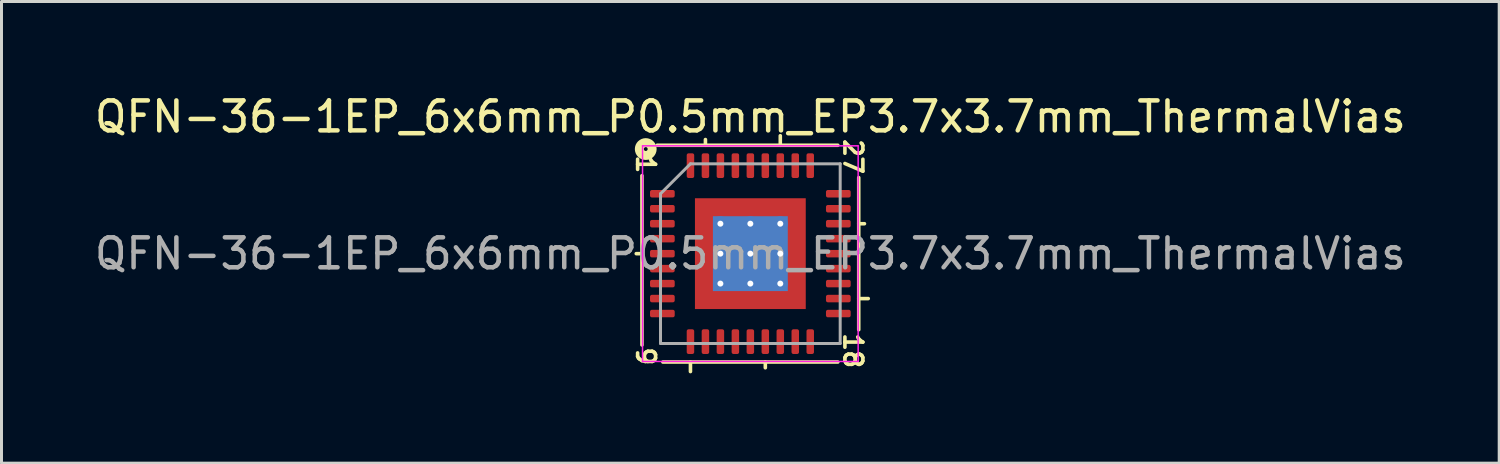
<source format=kicad_pcb>
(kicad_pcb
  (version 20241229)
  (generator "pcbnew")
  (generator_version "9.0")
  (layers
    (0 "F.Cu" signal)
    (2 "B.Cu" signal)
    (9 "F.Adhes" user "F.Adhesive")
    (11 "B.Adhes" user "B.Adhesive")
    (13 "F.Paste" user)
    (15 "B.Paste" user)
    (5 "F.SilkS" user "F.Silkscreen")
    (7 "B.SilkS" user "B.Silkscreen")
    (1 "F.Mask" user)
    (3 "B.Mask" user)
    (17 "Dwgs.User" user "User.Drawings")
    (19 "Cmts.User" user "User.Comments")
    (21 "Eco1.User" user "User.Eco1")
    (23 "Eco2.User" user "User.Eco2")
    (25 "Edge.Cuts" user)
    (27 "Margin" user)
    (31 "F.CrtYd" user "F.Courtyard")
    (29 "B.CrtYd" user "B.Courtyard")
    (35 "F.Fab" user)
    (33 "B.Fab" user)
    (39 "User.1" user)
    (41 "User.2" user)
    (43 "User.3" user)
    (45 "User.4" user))
  (footprint "QFN-36-1EP_6x6mm_P0.5mm_EP3.7x3.7mm_ThermalVias"
    (layer "F.Cu")
    (at 22.006 5.42)
    (property "Reference" "QFN-36-1EP_6x6mm_P0.5mm_EP3.7x3.7mm_ThermalVias" (at 0 -4.572 0) (layer "F.SilkS") (effects (font (size 1 1) (thickness 0.15))))
    (attr smd)
    (fp_line (start -3.619 -2.603) (end -3.619 3.048) (stroke (width 0.12) (type solid)) (layer "F.SilkS"))
    (fp_line (start -3.619 0) (end -3.81 0) (stroke (width 0.12) (type solid)) (layer "F.SilkS"))
    (fp_line (start -2.921 3.619) (end 2.921 3.619) (stroke (width 0.12) (type solid)) (layer "F.SilkS"))
    (fp_line (start -2 3.619) (end -2 3.937) (stroke (width 0.12) (type solid)) (layer "F.SilkS"))
    (fp_line (start -1.5 -3.619) (end -1.5 -3.81) (stroke (width 0.12) (type solid)) (layer "F.SilkS"))
    (fp_line (start 0.5 3.619) (end 0.5 3.81) (stroke (width 0.12) (type solid)) (layer "F.SilkS"))
    (fp_line (start 1 -3.619) (end 1 -3.937) (stroke (width 0.12) (type solid)) (layer "F.SilkS"))
    (fp_line (start 2.921 -3.619) (end -3.111 -3.619) (stroke (width 0.12) (type solid)) (layer "F.SilkS"))
    (fp_line (start 3.619 -1) (end 3.81 -1) (stroke (width 0.12) (type solid)) (layer "F.SilkS"))
    (fp_line (start 3.619 1.5) (end 3.937 1.5) (stroke (width 0.12) (type solid)) (layer "F.SilkS"))
    (fp_line (start 3.619 2.54) (end 3.619 -2.54) (stroke (width 0.12) (type solid)) (layer "F.SilkS"))
    (fp_circle (center -3.493 -3.493) (end -3.429 -3.493) (stroke (width 0.3) (type solid)) (fill no) (layer "F.SilkS"))
    (fp_line (start -3.6 -3.6) (end -3.6 3.6) (stroke (width 0.05) (type solid)) (layer "F.CrtYd"))
    (fp_line (start -3.6 3.6) (end 3.6 3.6) (stroke (width 0.05) (type solid)) (layer "F.CrtYd"))
    (fp_line (start 3.6 -3.6) (end -3.6 -3.6) (stroke (width 0.05) (type solid)) (layer "F.CrtYd"))
    (fp_line (start 3.6 3.6) (end 3.6 -3.6) (stroke (width 0.05) (type solid)) (layer "F.CrtYd"))
    (fp_line (start -3 -2) (end -2 -3) (stroke (width 0.1) (type solid)) (layer "F.Fab"))
    (fp_line (start -3 3) (end -3 -2) (stroke (width 0.1) (type solid)) (layer "F.Fab"))
    (fp_line (start -2 -3) (end 3 -3) (stroke (width 0.1) (type solid)) (layer "F.Fab"))
    (fp_line (start 3 -3) (end 3 3) (stroke (width 0.1) (type solid)) (layer "F.Fab"))
    (fp_line (start 3 3) (end -3 3) (stroke (width 0.1) (type solid)) (layer "F.Fab"))
    (fp_text user "9" (at -3.493 3.429 270) (unlocked yes) (layer "F.SilkS") (effects (font (size 0.6 0.6) (thickness 0.12))))
    (fp_text user "27" (at 3.429 -3.239 270) (unlocked yes) (layer "F.SilkS") (effects (font (size 0.6 0.6) (thickness 0.12))))
    (fp_text user "1" (at -3.493 -2.985 270) (unlocked yes) (layer "F.SilkS") (effects (font (size 0.6 0.6) (thickness 0.12))))
    (fp_text user "18" (at 3.429 3.239 270) (unlocked yes) (layer "F.SilkS") (effects (font (size 0.6 0.6) (thickness 0.12))))
    (fp_text user "${REFERENCE}" (at 0 0 0) (layer "F.Fab") (effects (font (size 1 1) (thickness 0.15))))
    (pad "" smd custom (at -1.425 -1.425) (size 0.602 0.602) (layers "F.Paste") (options (anchor circle)) (primitives (gr_poly (pts (xy 0.259 0.19) (xy 0.19 0.259) (xy -0.259 0.259) (xy -0.259 -0.259) (xy 0.259 -0.259)) (width 0.167) (fill yes))))
    (pad "" smd custom (at -1.425 -0.5) (size 0.612 0.612) (layers "F.Paste") (options (anchor circle)) (primitives (gr_poly (pts (xy 0.269 -0.269) (xy 0.269 0.269) (xy 0.209 0.33) (xy -0.269 0.33) (xy -0.269 -0.33) (xy 0.209 -0.33)) (width 0.147) (fill yes))))
    (pad "" smd custom (at -1.425 0.5) (size 0.612 0.612) (layers "F.Paste") (options (anchor circle)) (primitives (gr_poly (pts (xy 0.269 -0.269) (xy 0.269 0.269) (xy 0.209 0.33) (xy -0.269 0.33) (xy -0.269 -0.33) (xy 0.209 -0.33)) (width 0.147) (fill yes))))
    (pad "" smd custom (at -1.425 1.425) (size 0.602 0.602) (layers "F.Paste") (options (anchor circle)) (primitives (gr_poly (pts (xy 0.259 -0.19) (xy 0.259 0.259) (xy -0.259 0.259) (xy -0.259 -0.259) (xy 0.19 -0.259)) (width 0.167) (fill yes))))
    (pad "" smd custom (at -0.5 -1.425) (size 0.612 0.612) (layers "F.Paste") (options (anchor circle)) (primitives (gr_poly (pts (xy 0.33 0.209) (xy 0.269 0.269) (xy -0.269 0.269) (xy -0.33 0.209) (xy -0.33 -0.269) (xy 0.33 -0.269)) (width 0.147) (fill yes))))
    (pad "" smd roundrect (at -0.5 -0.5) (size 0.806 0.806) (layers "F.Paste") (roundrect_rratio 0.25))
    (pad "" smd roundrect (at -0.5 0.5) (size 0.806 0.806) (layers "F.Paste") (roundrect_rratio 0.25))
    (pad "" smd custom (at -0.5 1.425) (size 0.612 0.612) (layers "F.Paste") (options (anchor circle)) (primitives (gr_poly (pts (xy 0.33 -0.209) (xy 0.33 0.269) (xy -0.33 0.269) (xy -0.33 -0.209) (xy -0.269 -0.269) (xy 0.269 -0.269)) (width 0.147) (fill yes))))
    (pad "" smd custom (at 0.5 -1.425) (size 0.612 0.612) (layers "F.Paste") (options (anchor circle)) (primitives (gr_poly (pts (xy 0.33 0.209) (xy 0.269 0.269) (xy -0.269 0.269) (xy -0.33 0.209) (xy -0.33 -0.269) (xy 0.33 -0.269)) (width 0.147) (fill yes))))
    (pad "" smd roundrect (at 0.5 -0.5) (size 0.806 0.806) (layers "F.Paste") (roundrect_rratio 0.25))
    (pad "" smd roundrect (at 0.5 0.5) (size 0.806 0.806) (layers "F.Paste") (roundrect_rratio 0.25))
    (pad "" smd custom (at 0.5 1.425) (size 0.612 0.612) (layers "F.Paste") (options (anchor circle)) (primitives (gr_poly (pts (xy 0.33 -0.209) (xy 0.33 0.269) (xy -0.33 0.269) (xy -0.33 -0.209) (xy -0.269 -0.269) (xy 0.269 -0.269)) (width 0.147) (fill yes))))
    (pad "" smd custom (at 1.425 -1.425) (size 0.602 0.602) (layers "F.Paste") (options (anchor circle)) (primitives (gr_poly (pts (xy 0.259 0.259) (xy -0.19 0.259) (xy -0.259 0.19) (xy -0.259 -0.259) (xy 0.259 -0.259)) (width 0.167) (fill yes))))
    (pad "" smd custom (at 1.425 -0.5) (size 0.612 0.612) (layers "F.Paste") (options (anchor circle)) (primitives (gr_poly (pts (xy 0.269 0.33) (xy -0.209 0.33) (xy -0.269 0.269) (xy -0.269 -0.269) (xy -0.209 -0.33) (xy 0.269 -0.33)) (width 0.147) (fill yes))))
    (pad "" smd custom (at 1.425 0.5) (size 0.612 0.612) (layers "F.Paste") (options (anchor circle)) (primitives (gr_poly (pts (xy 0.269 0.33) (xy -0.209 0.33) (xy -0.269 0.269) (xy -0.269 -0.269) (xy -0.209 -0.33) (xy 0.269 -0.33)) (width 0.147) (fill yes))))
    (pad "" smd custom (at 1.425 1.425) (size 0.602 0.602) (layers "F.Paste") (options (anchor circle)) (primitives (gr_poly (pts (xy 0.259 0.259) (xy -0.259 0.259) (xy -0.259 -0.19) (xy -0.19 -0.259) (xy 0.259 -0.259)) (width 0.167) (fill yes))))
    (pad "1" smd roundrect (at -2.938 -2) (size 0.825 0.25) (layers "F.Cu" "F.Mask" "F.Paste") (roundrect_rratio 0.25))
    (pad "2" smd roundrect (at -2.938 -1.5) (size 0.825 0.25) (layers "F.Cu" "F.Mask" "F.Paste") (roundrect_rratio 0.25))
    (pad "3" smd roundrect (at -2.938 -1) (size 0.825 0.25) (layers "F.Cu" "F.Mask" "F.Paste") (roundrect_rratio 0.25))
    (pad "4" smd roundrect (at -2.938 -0.5) (size 0.825 0.25) (layers "F.Cu" "F.Mask" "F.Paste") (roundrect_rratio 0.25))
    (pad "5" smd roundrect (at -2.938 0) (size 0.825 0.25) (layers "F.Cu" "F.Mask" "F.Paste") (roundrect_rratio 0.25))
    (pad "6" smd roundrect (at -2.938 0.5) (size 0.825 0.25) (layers "F.Cu" "F.Mask" "F.Paste") (roundrect_rratio 0.25))
    (pad "7" smd roundrect (at -2.938 1) (size 0.825 0.25) (layers "F.Cu" "F.Mask" "F.Paste") (roundrect_rratio 0.25))
    (pad "8" smd roundrect (at -2.938 1.5) (size 0.825 0.25) (layers "F.Cu" "F.Mask" "F.Paste") (roundrect_rratio 0.25))
    (pad "9" smd roundrect (at -2.938 2) (size 0.825 0.25) (layers "F.Cu" "F.Mask" "F.Paste") (roundrect_rratio 0.25))
    (pad "10" smd roundrect (at -2 2.938) (size 0.25 0.825) (layers "F.Cu" "F.Mask" "F.Paste") (roundrect_rratio 0.25))
    (pad "11" smd roundrect (at -1.5 2.938) (size 0.25 0.825) (layers "F.Cu" "F.Mask" "F.Paste") (roundrect_rratio 0.25))
    (pad "12" smd roundrect (at -1 2.938) (size 0.25 0.825) (layers "F.Cu" "F.Mask" "F.Paste") (roundrect_rratio 0.25))
    (pad "13" smd roundrect (at -0.5 2.938) (size 0.25 0.825) (layers "F.Cu" "F.Mask" "F.Paste") (roundrect_rratio 0.25))
    (pad "14" smd roundrect (at 0 2.938) (size 0.25 0.825) (layers "F.Cu" "F.Mask" "F.Paste") (roundrect_rratio 0.25))
    (pad "15" smd roundrect (at 0.5 2.938) (size 0.25 0.825) (layers "F.Cu" "F.Mask" "F.Paste") (roundrect_rratio 0.25))
    (pad "16" smd roundrect (at 1 2.938) (size 0.25 0.825) (layers "F.Cu" "F.Mask" "F.Paste") (roundrect_rratio 0.25))
    (pad "17" smd roundrect (at 1.5 2.938) (size 0.25 0.825) (layers "F.Cu" "F.Mask" "F.Paste") (roundrect_rratio 0.25))
    (pad "18" smd roundrect (at 2 2.938) (size 0.25 0.825) (layers "F.Cu" "F.Mask" "F.Paste") (roundrect_rratio 0.25))
    (pad "19" smd roundrect (at 2.938 2) (size 0.825 0.25) (layers "F.Cu" "F.Mask" "F.Paste") (roundrect_rratio 0.25))
    (pad "20" smd roundrect (at 2.938 1.5) (size 0.825 0.25) (layers "F.Cu" "F.Mask" "F.Paste") (roundrect_rratio 0.25))
    (pad "21" smd roundrect (at 2.938 1) (size 0.825 0.25) (layers "F.Cu" "F.Mask" "F.Paste") (roundrect_rratio 0.25))
    (pad "22" smd roundrect (at 2.938 0.5) (size 0.825 0.25) (layers "F.Cu" "F.Mask" "F.Paste") (roundrect_rratio 0.25))
    (pad "23" smd roundrect (at 2.938 0) (size 0.825 0.25) (layers "F.Cu" "F.Mask" "F.Paste") (roundrect_rratio 0.25))
    (pad "24" smd roundrect (at 2.938 -0.5) (size 0.825 0.25) (layers "F.Cu" "F.Mask" "F.Paste") (roundrect_rratio 0.25))
    (pad "25" smd roundrect (at 2.938 -1) (size 0.825 0.25) (layers "F.Cu" "F.Mask" "F.Paste") (roundrect_rratio 0.25))
    (pad "26" smd roundrect (at 2.938 -1.5) (size 0.825 0.25) (layers "F.Cu" "F.Mask" "F.Paste") (roundrect_rratio 0.25))
    (pad "27" smd roundrect (at 2.938 -2) (size 0.825 0.25) (layers "F.Cu" "F.Mask" "F.Paste") (roundrect_rratio 0.25))
    (pad "28" smd roundrect (at 2 -2.938) (size 0.25 0.825) (layers "F.Cu" "F.Mask" "F.Paste") (roundrect_rratio 0.25))
    (pad "29" smd roundrect (at 1.5 -2.938) (size 0.25 0.825) (layers "F.Cu" "F.Mask" "F.Paste") (roundrect_rratio 0.25))
    (pad "30" smd roundrect (at 1 -2.938) (size 0.25 0.825) (layers "F.Cu" "F.Mask" "F.Paste") (roundrect_rratio 0.25))
    (pad "31" smd roundrect (at 0.5 -2.938) (size 0.25 0.825) (layers "F.Cu" "F.Mask" "F.Paste") (roundrect_rratio 0.25))
    (pad "32" smd roundrect (at 0 -2.938) (size 0.25 0.825) (layers "F.Cu" "F.Mask" "F.Paste") (roundrect_rratio 0.25))
    (pad "33" smd roundrect (at -0.5 -2.938) (size 0.25 0.825) (layers "F.Cu" "F.Mask" "F.Paste") (roundrect_rratio 0.25))
    (pad "34" smd roundrect (at -1 -2.938) (size 0.25 0.825) (layers "F.Cu" "F.Mask" "F.Paste") (roundrect_rratio 0.25))
    (pad "35" smd roundrect (at -1.5 -2.938) (size 0.25 0.825) (layers "F.Cu" "F.Mask" "F.Paste") (roundrect_rratio 0.25))
    (pad "36" smd roundrect (at -2 -2.938) (size 0.25 0.825) (layers "F.Cu" "F.Mask" "F.Paste") (roundrect_rratio 0.25))
    (pad "37" thru_hole circle (at -1 -1) (size 0.5 0.5) (drill 0.2) (layers "*.Cu"))
    (pad "37" thru_hole circle (at -1 0) (size 0.5 0.5) (drill 0.2) (layers "*.Cu"))
    (pad "37" thru_hole circle (at -1 1) (size 0.5 0.5) (drill 0.2) (layers "*.Cu"))
    (pad "37" thru_hole circle (at 0 -1) (size 0.5 0.5) (drill 0.2) (layers "*.Cu"))
    (pad "37" thru_hole circle (at 0 0) (size 0.5 0.5) (drill 0.2) (layers "*.Cu"))
    (pad "37" smd rect (at 0 0) (size 2.5 2.5) (layers "B.Cu" "B.Mask"))
    (pad "37" smd rect (at 0 0) (size 3.7 3.7) (layers "F.Cu" "F.Mask"))
    (pad "37" thru_hole circle (at 0 1) (size 0.5 0.5) (drill 0.2) (layers "*.Cu"))
    (pad "37" thru_hole circle (at 1 -1) (size 0.5 0.5) (drill 0.2) (layers "*.Cu"))
    (pad "37" thru_hole circle (at 1 0) (size 0.5 0.5) (drill 0.2) (layers "*.Cu"))
    (pad "37" thru_hole circle (at 1 1) (size 0.5 0.5) (drill 0.2) (layers "*.Cu")))
  (gr_rect
    (start -3 -3)
    (end 47.012 12.417)
    (stroke (width 0.1) (type default))
    (fill no)
    (layer "Edge.Cuts")))
</source>
